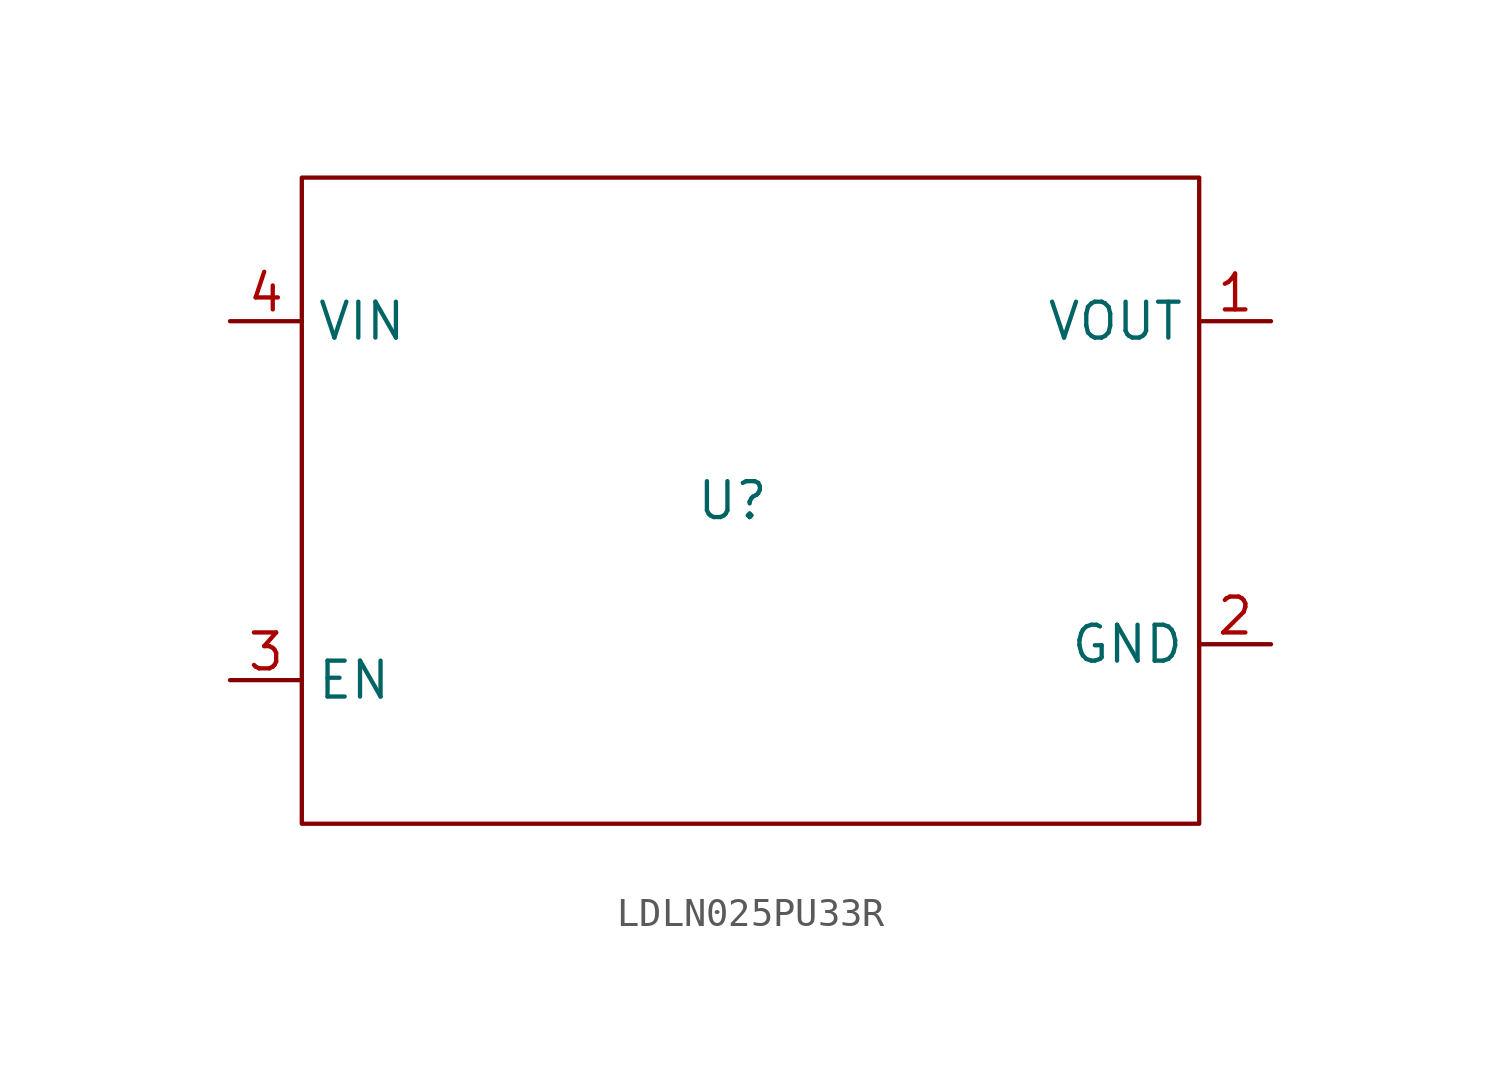
<source format=kicad_sym>
(kicad_symbol_lib
  (version 20231120)
  (generator "kicad_symbol_editor")
  (generator_version "8.0")
  (symbol "LDLN025PU33R"
    (property "Reference" "U"
      (at 0 0 0)
      (effects (font (size 1.27 1.27))))
    (property "Value" ""
      (at 0 0 0)
      (effects (font (size 1.27 1.27))))
    (symbol "LDLN025PU33R_0_1"
      (rectangle (start -15.24 11.43) (end 16.51 -11.43) (stroke (width 0) (type default)) (fill (type none))))
    (symbol "LDLN025PU33R_1_1"
      (pin power_out line (at 19.05 6.35 180) (length 2.54) (name "VOUT" (effects (font (size 1.27 1.27)))) (number "1" (effects (font (size 1.27 1.27)))))
      (pin power_out line (at 19.05 -5.08 180) (length 2.54) (name "GND" (effects (font (size 1.27 1.27)))) (number "2" (effects (font (size 1.27 1.27)))))
      (pin input line (at -17.78 -6.35 0) (length 2.54) (name "EN" (effects (font (size 1.27 1.27)))) (number "3" (effects (font (size 1.27 1.27)))))
      (pin power_in line (at -17.78 6.35 0) (length 2.54) (name "VIN" (effects (font (size 1.27 1.27)))) (number "4" (effects (font (size 1.27 1.27))))))))
</source>
